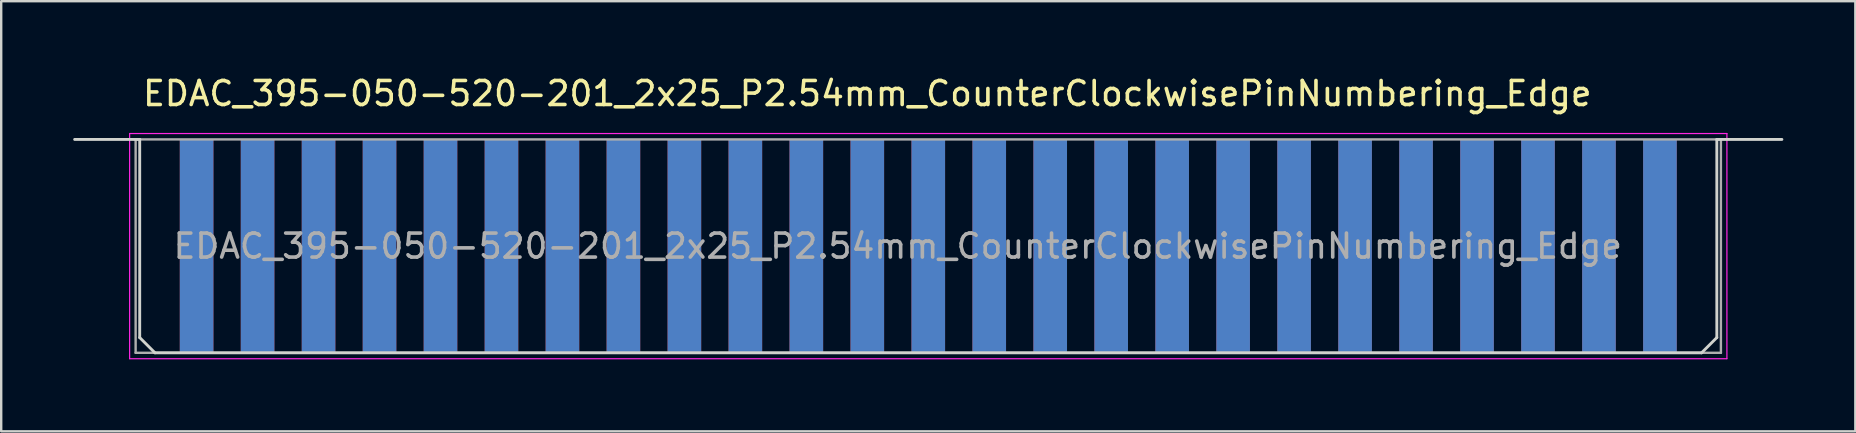
<source format=kicad_pcb>
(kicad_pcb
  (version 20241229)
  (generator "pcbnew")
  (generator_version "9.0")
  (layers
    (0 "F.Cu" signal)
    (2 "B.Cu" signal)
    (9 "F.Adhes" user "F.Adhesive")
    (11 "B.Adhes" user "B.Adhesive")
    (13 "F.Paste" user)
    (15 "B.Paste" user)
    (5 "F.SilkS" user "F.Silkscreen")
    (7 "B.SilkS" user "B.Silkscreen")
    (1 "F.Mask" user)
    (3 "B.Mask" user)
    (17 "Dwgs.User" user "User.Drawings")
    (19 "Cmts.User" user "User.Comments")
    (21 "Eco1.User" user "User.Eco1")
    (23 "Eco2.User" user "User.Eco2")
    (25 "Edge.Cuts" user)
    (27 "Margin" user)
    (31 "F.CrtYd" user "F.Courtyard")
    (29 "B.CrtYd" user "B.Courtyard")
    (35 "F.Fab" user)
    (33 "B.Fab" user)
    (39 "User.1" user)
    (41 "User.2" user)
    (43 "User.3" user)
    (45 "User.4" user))
  (footprint "EDAC_395-050-520-201_2x25_P2.54mm_CounterClockwisePinNumbering_Edge"
    (layer "F.Cu")
    (at 5.14 7.203)
    (property "Reference" "EDAC_395-050-520-201_2x25_P2.54mm_CounterClockwisePinNumbering_Edge" (at 27.94 -6.355 0) (layer "F.SilkS") (effects (font (size 1 1) (thickness 0.15))))
    (attr exclude_from_pos_files exclude_from_bom)
    (fp_rect (start -2.54 -4.445) (end 63.5 4.445) (stroke (width 0.12) (type solid)) (fill yes) (layer "F.Mask"))
    (fp_rect (start -2.54 -4.445) (end 63.5 4.445) (stroke (width 0.12) (type solid)) (fill yes) (layer "B.Mask"))
    (fp_line (start -5.08 -4.445) (end -2.37 -4.445) (stroke (width 0.12) (type solid)) (layer "Edge.Cuts"))
    (fp_line (start -2.37 -4.445) (end -2.37 3.81) (stroke (width 0.12) (type solid)) (layer "Edge.Cuts"))
    (fp_line (start -2.37 3.81) (end -1.735 4.445) (stroke (width 0.12) (type solid)) (layer "Edge.Cuts"))
    (fp_line (start -1.735 4.445) (end 62.695 4.445) (stroke (width 0.12) (type solid)) (layer "Edge.Cuts"))
    (fp_line (start 62.695 4.445) (end 63.33 3.81) (stroke (width 0.12) (type solid)) (layer "Edge.Cuts"))
    (fp_line (start 63.33 -4.445) (end 66.04 -4.445) (stroke (width 0.12) (type solid)) (layer "Edge.Cuts"))
    (fp_line (start 63.33 3.81) (end 63.33 -4.445) (stroke (width 0.12) (type solid)) (layer "Edge.Cuts"))
    (fp_line (start -2.79 -4.69) (end -2.79 4.69) (stroke (width 0.05) (type solid)) (layer "F.CrtYd"))
    (fp_line (start -2.79 -4.69) (end 63.75 -4.69) (stroke (width 0.05) (type solid)) (layer "F.CrtYd"))
    (fp_line (start 63.75 4.69) (end -2.79 4.69) (stroke (width 0.05) (type solid)) (layer "F.CrtYd"))
    (fp_line (start 63.75 4.69) (end 63.75 -4.69) (stroke (width 0.05) (type solid)) (layer "F.CrtYd"))
    (fp_line (start -2.54 -4.445) (end 63.5 -4.445) (stroke (width 0.1) (type solid)) (layer "F.Fab"))
    (fp_line (start -2.54 4.445) (end -2.54 -4.445) (stroke (width 0.1) (type solid)) (layer "F.Fab"))
    (fp_line (start 63.5 -4.445) (end 63.5 4.445) (stroke (width 0.1) (type solid)) (layer "F.Fab"))
    (fp_line (start 63.5 4.445) (end -2.54 4.445) (stroke (width 0.1) (type solid)) (layer "F.Fab"))
    (fp_text user "${REFERENCE}" (at 29.21 0 0) (layer "F.Fab") (effects (font (size 1 1) (thickness 0.15))))
    (pad "1" connect rect (at 0 0) (size 1.4 8.89) (layers "F.Cu" "F.Mask"))
    (pad "2" connect rect (at 2.54 0) (size 1.4 8.89) (layers "F.Cu" "F.Mask"))
    (pad "3" connect rect (at 5.08 0) (size 1.4 8.89) (layers "F.Cu" "F.Mask"))
    (pad "4" connect rect (at 7.62 0) (size 1.4 8.89) (layers "F.Cu" "F.Mask"))
    (pad "5" connect rect (at 10.16 0) (size 1.4 8.89) (layers "F.Cu" "F.Mask"))
    (pad "6" connect rect (at 12.7 0) (size 1.4 8.89) (layers "F.Cu" "F.Mask"))
    (pad "7" connect rect (at 15.24 0) (size 1.4 8.89) (layers "F.Cu" "F.Mask"))
    (pad "8" connect rect (at 17.78 0) (size 1.4 8.89) (layers "F.Cu" "F.Mask"))
    (pad "9" connect rect (at 20.32 0) (size 1.4 8.89) (layers "F.Cu" "F.Mask"))
    (pad "10" connect rect (at 22.86 0) (size 1.4 8.89) (layers "F.Cu" "F.Mask"))
    (pad "11" connect rect (at 25.4 0) (size 1.4 8.89) (layers "F.Cu" "F.Mask"))
    (pad "12" connect rect (at 27.94 0) (size 1.4 8.89) (layers "F.Cu" "F.Mask"))
    (pad "13" connect rect (at 30.48 0) (size 1.4 8.89) (layers "F.Cu" "F.Mask"))
    (pad "14" connect rect (at 33.02 0) (size 1.4 8.89) (layers "F.Cu" "F.Mask"))
    (pad "15" connect rect (at 35.56 0) (size 1.4 8.89) (layers "F.Cu" "F.Mask"))
    (pad "16" connect rect (at 38.1 0) (size 1.4 8.89) (layers "F.Cu" "F.Mask"))
    (pad "17" connect rect (at 40.64 0) (size 1.4 8.89) (layers "F.Cu" "F.Mask"))
    (pad "18" connect rect (at 43.18 0) (size 1.4 8.89) (layers "F.Cu" "F.Mask"))
    (pad "19" connect rect (at 45.72 0) (size 1.4 8.89) (layers "F.Cu" "F.Mask"))
    (pad "20" connect rect (at 48.26 0) (size 1.4 8.89) (layers "F.Cu" "F.Mask"))
    (pad "21" connect rect (at 50.8 0) (size 1.4 8.89) (layers "F.Cu" "F.Mask"))
    (pad "22" connect rect (at 53.34 0) (size 1.4 8.89) (layers "F.Cu" "F.Mask"))
    (pad "23" connect rect (at 55.88 0) (size 1.4 8.89) (layers "F.Cu" "F.Mask"))
    (pad "24" connect rect (at 58.42 0) (size 1.4 8.89) (layers "F.Cu" "F.Mask"))
    (pad "25" connect rect (at 60.96 0) (size 1.4 8.89) (layers "F.Cu" "F.Mask"))
    (pad "26" connect rect (at 60.96 0) (size 1.4 8.89) (layers "B.Cu" "B.Mask"))
    (pad "27" connect rect (at 58.42 0) (size 1.4 8.89) (layers "B.Cu" "B.Mask"))
    (pad "28" connect rect (at 55.88 0) (size 1.4 8.89) (layers "B.Cu" "B.Mask"))
    (pad "29" connect rect (at 53.34 0) (size 1.4 8.89) (layers "B.Cu" "B.Mask"))
    (pad "30" connect rect (at 50.8 0) (size 1.4 8.89) (layers "B.Cu" "B.Mask"))
    (pad "31" connect rect (at 48.26 0) (size 1.4 8.89) (layers "B.Cu" "B.Mask"))
    (pad "32" connect rect (at 45.72 0) (size 1.4 8.89) (layers "B.Cu" "B.Mask"))
    (pad "33" connect rect (at 43.18 0) (size 1.4 8.89) (layers "B.Cu" "B.Mask"))
    (pad "34" connect rect (at 40.64 0) (size 1.4 8.89) (layers "B.Cu" "B.Mask"))
    (pad "35" connect rect (at 38.1 0) (size 1.4 8.89) (layers "B.Cu" "B.Mask"))
    (pad "36" connect rect (at 35.56 0) (size 1.4 8.89) (layers "B.Cu" "B.Mask"))
    (pad "37" connect rect (at 33.02 0) (size 1.4 8.89) (layers "B.Cu" "B.Mask"))
    (pad "38" connect rect (at 30.48 0) (size 1.4 8.89) (layers "B.Cu" "B.Mask"))
    (pad "39" connect rect (at 27.94 0) (size 1.4 8.89) (layers "B.Cu" "B.Mask"))
    (pad "40" connect rect (at 25.4 0) (size 1.4 8.89) (layers "B.Cu" "B.Mask"))
    (pad "41" connect rect (at 22.86 0) (size 1.4 8.89) (layers "B.Cu" "B.Mask"))
    (pad "42" connect rect (at 20.32 0) (size 1.4 8.89) (layers "B.Cu" "B.Mask"))
    (pad "43" connect rect (at 17.78 0) (size 1.4 8.89) (layers "B.Cu" "B.Mask"))
    (pad "44" connect rect (at 15.24 0) (size 1.4 8.89) (layers "B.Cu" "B.Mask"))
    (pad "45" connect rect (at 12.7 0) (size 1.4 8.89) (layers "B.Cu" "B.Mask"))
    (pad "46" connect rect (at 10.16 0) (size 1.4 8.89) (layers "B.Cu" "B.Mask"))
    (pad "47" connect rect (at 7.62 0) (size 1.4 8.89) (layers "B.Cu" "B.Mask"))
    (pad "48" connect rect (at 5.08 0) (size 1.4 8.89) (layers "B.Cu" "B.Mask"))
    (pad "49" connect rect (at 2.54 0) (size 1.4 8.89) (layers "B.Cu" "B.Mask"))
    (pad "50" connect rect (at 0 0) (size 1.4 8.89) (layers "B.Cu" "B.Mask")))
  (gr_rect
    (start -3 -3)
    (end 74.24 14.918)
    (stroke (width 0.1) (type default))
    (fill no)
    (layer "Edge.Cuts")))
</source>
